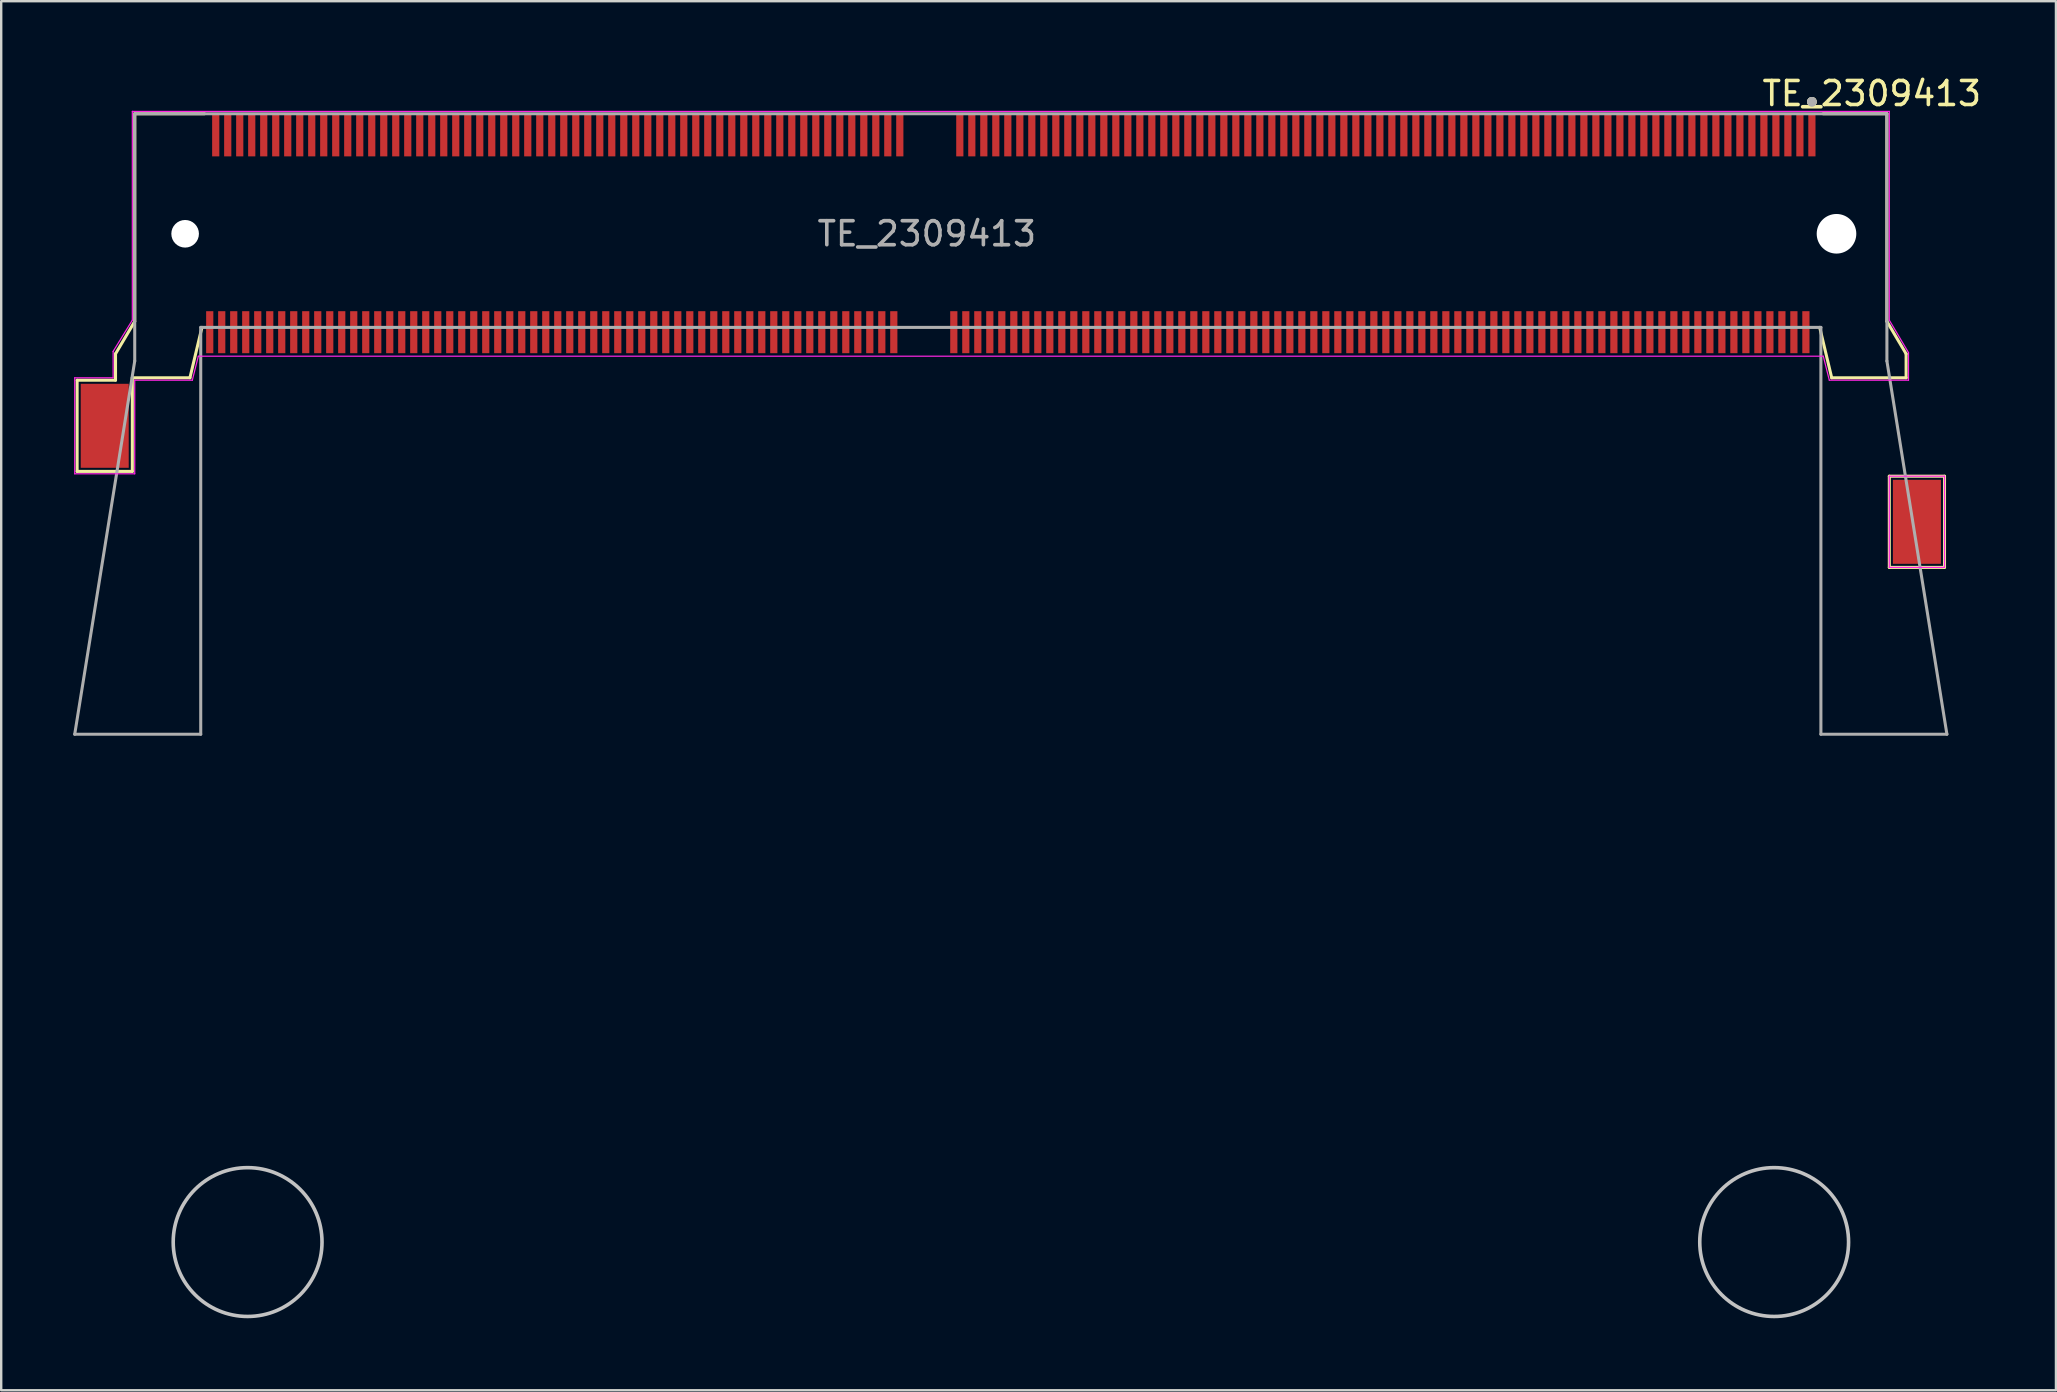
<source format=kicad_pcb>
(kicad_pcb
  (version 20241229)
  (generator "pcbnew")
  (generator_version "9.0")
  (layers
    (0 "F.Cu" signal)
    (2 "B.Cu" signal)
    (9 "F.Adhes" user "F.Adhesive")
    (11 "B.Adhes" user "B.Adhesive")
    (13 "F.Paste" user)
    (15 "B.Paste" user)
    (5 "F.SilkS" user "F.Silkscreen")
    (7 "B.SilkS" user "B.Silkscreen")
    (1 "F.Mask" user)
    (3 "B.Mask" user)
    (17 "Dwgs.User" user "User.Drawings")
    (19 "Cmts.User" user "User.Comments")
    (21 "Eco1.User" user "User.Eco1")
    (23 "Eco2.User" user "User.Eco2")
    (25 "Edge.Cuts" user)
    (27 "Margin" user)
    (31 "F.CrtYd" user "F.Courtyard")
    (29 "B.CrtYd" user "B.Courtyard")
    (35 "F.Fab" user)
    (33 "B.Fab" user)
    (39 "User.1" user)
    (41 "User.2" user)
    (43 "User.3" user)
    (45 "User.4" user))
  (footprint "TE_2309413"
    (layer "F.Cu")
    (at 35.563 6.69)
    (property "Reference" "TE_2309413" (at 39.37 -5.842 0) (layer "F.SilkS") (effects (font (size 1 1) (thickness 0.15))))
    (attr smd)
    (fp_line (start -35.4 6.1) (end -35.4 9.9) (stroke (width 0.127) (type solid)) (layer "F.SilkS"))
    (fp_line (start -35.4 6.1) (end -33.8 6.1) (stroke (width 0.127) (type solid)) (layer "F.SilkS"))
    (fp_line (start -33.8 6.1) (end -33.8 5) (stroke (width 0.127) (type solid)) (layer "F.SilkS"))
    (fp_line (start -33.1 6) (end -30.7 6) (stroke (width 0.127) (type solid)) (layer "F.SilkS"))
    (fp_line (start -33.1 9.9) (end -35.4 9.9) (stroke (width 0.127) (type solid)) (layer "F.SilkS"))
    (fp_line (start -33.1 9.9) (end -33.1 6) (stroke (width 0.127) (type solid)) (layer "F.SilkS"))
    (fp_line (start -33 -5) (end -33 3.65) (stroke (width 0.127) (type solid)) (layer "F.SilkS"))
    (fp_line (start -33 3.65) (end -33.8 5) (stroke (width 0.127) (type solid)) (layer "F.SilkS"))
    (fp_line (start -30.2 3.9) (end -30.7 6) (stroke (width 0.127) (type solid)) (layer "F.SilkS"))
    (fp_line (start -30.095 -5) (end -33 -5) (stroke (width 0.127) (type solid)) (layer "F.SilkS"))
    (fp_line (start 37.2 3.9) (end 37.7 6) (stroke (width 0.127) (type solid)) (layer "F.SilkS"))
    (fp_line (start 40 -5) (end 37.345 -5) (stroke (width 0.127) (type solid)) (layer "F.SilkS"))
    (fp_line (start 40 3.65) (end 40 -5) (stroke (width 0.127) (type solid)) (layer "F.SilkS"))
    (fp_line (start 40 3.65) (end 40.8 5) (stroke (width 0.127) (type solid)) (layer "F.SilkS"))
    (fp_line (start 40.1 10.1) (end 40.1 13.9) (stroke (width 0.127) (type solid)) (layer "F.SilkS"))
    (fp_line (start 40.8 6) (end 37.7 6) (stroke (width 0.127) (type solid)) (layer "F.SilkS"))
    (fp_line (start 40.8 6) (end 40.8 5) (stroke (width 0.127) (type solid)) (layer "F.SilkS"))
    (fp_line (start 42.4 10.1) (end 40.1 10.1) (stroke (width 0.127) (type solid)) (layer "F.SilkS"))
    (fp_line (start 42.4 13.9) (end 40.1 13.9) (stroke (width 0.127) (type solid)) (layer "F.SilkS"))
    (fp_line (start 42.4 13.9) (end 42.4 10.1) (stroke (width 0.127) (type solid)) (layer "F.SilkS"))
    (fp_circle (center 36.875 -5.5) (end 36.975 -5.5) (stroke (width 0.2) (type solid)) (fill no) (layer "F.SilkS"))
    (fp_circle (center 36.875 -5.5) (end 36.975 -5.5) (stroke (width 0.2) (type solid)) (fill no) (layer "F.SilkS"))
    (fp_circle (center -28.297 42.007) (end -25.197 42.007) (stroke (width 0.15) (type solid)) (fill no) (layer "Dwgs.User"))
    (fp_circle (center 35.303 42.007) (end 38.403 42.007) (stroke (width 0.15) (type solid)) (fill no) (layer "Dwgs.User"))
    (fp_line (start -35.5 6) (end -33.9 6) (stroke (width 0.05) (type solid)) (layer "F.CrtYd"))
    (fp_line (start -35.5 10) (end -35.5 6) (stroke (width 0.05) (type solid)) (layer "F.CrtYd"))
    (fp_line (start -33.9 6) (end -33.9 4.9) (stroke (width 0.05) (type solid)) (layer "F.CrtYd"))
    (fp_line (start -33.1 -5.1) (end 40.1 -5.1) (stroke (width 0.05) (type solid)) (layer "F.CrtYd"))
    (fp_line (start -33.1 3.6) (end -33.9 4.9) (stroke (width 0.05) (type solid)) (layer "F.CrtYd"))
    (fp_line (start -33.1 3.6) (end -33.1 -5.1) (stroke (width 0.05) (type solid)) (layer "F.CrtYd"))
    (fp_line (start -33 6.1) (end -33 10) (stroke (width 0.05) (type solid)) (layer "F.CrtYd"))
    (fp_line (start -33 6.1) (end -30.6 6.1) (stroke (width 0.05) (type solid)) (layer "F.CrtYd"))
    (fp_line (start -33 10) (end -35.5 10) (stroke (width 0.05) (type solid)) (layer "F.CrtYd"))
    (fp_line (start -30.6 6.1) (end -30.35 5.1) (stroke (width 0.05) (type solid)) (layer "F.CrtYd"))
    (fp_line (start 37.35 5.1) (end -30.35 5.1) (stroke (width 0.05) (type solid)) (layer "F.CrtYd"))
    (fp_line (start 37.6 6.1) (end 37.35 5.1) (stroke (width 0.05) (type solid)) (layer "F.CrtYd"))
    (fp_line (start 37.6 6.1) (end 40.9 6.1) (stroke (width 0.05) (type solid)) (layer "F.CrtYd"))
    (fp_line (start 40.1 -5.1) (end 40.1 3.6) (stroke (width 0.05) (type solid)) (layer "F.CrtYd"))
    (fp_line (start 40.1 10.1) (end 40.1 13.9) (stroke (width 0.05) (type solid)) (layer "F.CrtYd"))
    (fp_line (start 40.9 4.95) (end 40.1 3.6) (stroke (width 0.05) (type solid)) (layer "F.CrtYd"))
    (fp_line (start 40.9 4.95) (end 40.9 6.1) (stroke (width 0.05) (type solid)) (layer "F.CrtYd"))
    (fp_line (start 42.4 10.1) (end 40.1 10.1) (stroke (width 0.05) (type solid)) (layer "F.CrtYd"))
    (fp_line (start 42.4 10.1) (end 42.4 13.9) (stroke (width 0.05) (type solid)) (layer "F.CrtYd"))
    (fp_line (start 42.4 13.9) (end 40.1 13.9) (stroke (width 0.05) (type solid)) (layer "F.CrtYd"))
    (fp_line (start -35.5 20.85) (end -30.25 20.85) (stroke (width 0.127) (type solid)) (layer "F.Fab"))
    (fp_line (start -33 -5) (end -33 5.3) (stroke (width 0.127) (type solid)) (layer "F.Fab"))
    (fp_line (start -33 5.3) (end -35.5 20.85) (stroke (width 0.127) (type solid)) (layer "F.Fab"))
    (fp_line (start -30.25 3.9) (end 37.25 3.9) (stroke (width 0.127) (type solid)) (layer "F.Fab"))
    (fp_line (start -30.25 20.85) (end -30.25 3.9) (stroke (width 0.127) (type solid)) (layer "F.Fab"))
    (fp_line (start 37.25 3.9) (end 37.25 20.85) (stroke (width 0.127) (type solid)) (layer "F.Fab"))
    (fp_line (start 37.25 20.85) (end 42.5 20.85) (stroke (width 0.127) (type solid)) (layer "F.Fab"))
    (fp_line (start 40 -5) (end -33 -5) (stroke (width 0.127) (type solid)) (layer "F.Fab"))
    (fp_line (start 40 5.3) (end 40 -5) (stroke (width 0.127) (type solid)) (layer "F.Fab"))
    (fp_line (start 42.5 20.85) (end 40 5.3) (stroke (width 0.127) (type solid)) (layer "F.Fab"))
    (fp_circle (center 36.875 -5.5) (end 36.975 -5.5) (stroke (width 0.2) (type solid)) (fill no) (layer "F.Fab"))
    (fp_circle (center 36.875 -5.5) (end 36.975 -5.5) (stroke (width 0.2) (type solid)) (fill no) (layer "F.Fab"))
    (fp_text user "${REFERENCE}" (at 0 0 0) (layer "F.Fab") (effects (font (size 1 1) (thickness 0.15))))
    (pad "" np_thru_hole circle (at -30.9 0) (size 1.15 1.15) (drill 1.15) (layers "*.Cu" "*.Mask"))
    (pad "" np_thru_hole circle (at 37.9 0) (size 1.65 1.65) (drill 1.65) (layers "*.Cu" "*.Mask"))
    (pad "1" smd rect (at 36.875 -4.1 90) (size 1.75 0.3) (layers "F.Cu" "F.Mask" "F.Paste"))
    (pad "2" smd rect (at 36.625 4.1 90) (size 1.75 0.3) (layers "F.Cu" "F.Mask" "F.Paste"))
    (pad "3" smd rect (at 36.375 -4.1 90) (size 1.75 0.3) (layers "F.Cu" "F.Mask" "F.Paste"))
    (pad "4" smd rect (at 36.125 4.1 90) (size 1.75 0.3) (layers "F.Cu" "F.Mask" "F.Paste"))
    (pad "5" smd rect (at 35.875 -4.1 90) (size 1.75 0.3) (layers "F.Cu" "F.Mask" "F.Paste"))
    (pad "6" smd rect (at 35.625 4.1 90) (size 1.75 0.3) (layers "F.Cu" "F.Mask" "F.Paste"))
    (pad "7" smd rect (at 35.375 -4.1 90) (size 1.75 0.3) (layers "F.Cu" "F.Mask" "F.Paste"))
    (pad "8" smd rect (at 35.125 4.1 90) (size 1.75 0.3) (layers "F.Cu" "F.Mask" "F.Paste"))
    (pad "9" smd rect (at 34.875 -4.1 90) (size 1.75 0.3) (layers "F.Cu" "F.Mask" "F.Paste"))
    (pad "10" smd rect (at 34.625 4.1 90) (size 1.75 0.3) (layers "F.Cu" "F.Mask" "F.Paste"))
    (pad "11" smd rect (at 34.375 -4.1 90) (size 1.75 0.3) (layers "F.Cu" "F.Mask" "F.Paste"))
    (pad "12" smd rect (at 34.125 4.1 90) (size 1.75 0.3) (layers "F.Cu" "F.Mask" "F.Paste"))
    (pad "13" smd rect (at 33.875 -4.1 90) (size 1.75 0.3) (layers "F.Cu" "F.Mask" "F.Paste"))
    (pad "14" smd rect (at 33.625 4.1 90) (size 1.75 0.3) (layers "F.Cu" "F.Mask" "F.Paste"))
    (pad "15" smd rect (at 33.375 -4.1 90) (size 1.75 0.3) (layers "F.Cu" "F.Mask" "F.Paste"))
    (pad "16" smd rect (at 33.125 4.1 90) (size 1.75 0.3) (layers "F.Cu" "F.Mask" "F.Paste"))
    (pad "17" smd rect (at 32.875 -4.1 90) (size 1.75 0.3) (layers "F.Cu" "F.Mask" "F.Paste"))
    (pad "18" smd rect (at 32.625 4.1 90) (size 1.75 0.3) (layers "F.Cu" "F.Mask" "F.Paste"))
    (pad "19" smd rect (at 32.375 -4.1 90) (size 1.75 0.3) (layers "F.Cu" "F.Mask" "F.Paste"))
    (pad "20" smd rect (at 32.125 4.1 90) (size 1.75 0.3) (layers "F.Cu" "F.Mask" "F.Paste"))
    (pad "21" smd rect (at 31.875 -4.1 90) (size 1.75 0.3) (layers "F.Cu" "F.Mask" "F.Paste"))
    (pad "22" smd rect (at 31.625 4.1 90) (size 1.75 0.3) (layers "F.Cu" "F.Mask" "F.Paste"))
    (pad "23" smd rect (at 31.375 -4.1 90) (size 1.75 0.3) (layers "F.Cu" "F.Mask" "F.Paste"))
    (pad "24" smd rect (at 31.125 4.1 90) (size 1.75 0.3) (layers "F.Cu" "F.Mask" "F.Paste"))
    (pad "25" smd rect (at 30.875 -4.1 90) (size 1.75 0.3) (layers "F.Cu" "F.Mask" "F.Paste"))
    (pad "26" smd rect (at 30.625 4.1 90) (size 1.75 0.3) (layers "F.Cu" "F.Mask" "F.Paste"))
    (pad "27" smd rect (at 30.375 -4.1 90) (size 1.75 0.3) (layers "F.Cu" "F.Mask" "F.Paste"))
    (pad "28" smd rect (at 30.125 4.1 90) (size 1.75 0.3) (layers "F.Cu" "F.Mask" "F.Paste"))
    (pad "29" smd rect (at 29.875 -4.1 90) (size 1.75 0.3) (layers "F.Cu" "F.Mask" "F.Paste"))
    (pad "30" smd rect (at 29.625 4.1 90) (size 1.75 0.3) (layers "F.Cu" "F.Mask" "F.Paste"))
    (pad "31" smd rect (at 29.375 -4.1 90) (size 1.75 0.3) (layers "F.Cu" "F.Mask" "F.Paste"))
    (pad "32" smd rect (at 29.125 4.1 90) (size 1.75 0.3) (layers "F.Cu" "F.Mask" "F.Paste"))
    (pad "33" smd rect (at 28.875 -4.1 90) (size 1.75 0.3) (layers "F.Cu" "F.Mask" "F.Paste"))
    (pad "34" smd rect (at 28.625 4.1 90) (size 1.75 0.3) (layers "F.Cu" "F.Mask" "F.Paste"))
    (pad "35" smd rect (at 28.375 -4.1 90) (size 1.75 0.3) (layers "F.Cu" "F.Mask" "F.Paste"))
    (pad "36" smd rect (at 28.125 4.1 90) (size 1.75 0.3) (layers "F.Cu" "F.Mask" "F.Paste"))
    (pad "37" smd rect (at 27.875 -4.1 90) (size 1.75 0.3) (layers "F.Cu" "F.Mask" "F.Paste"))
    (pad "38" smd rect (at 27.625 4.1 90) (size 1.75 0.3) (layers "F.Cu" "F.Mask" "F.Paste"))
    (pad "39" smd rect (at 27.375 -4.1 90) (size 1.75 0.3) (layers "F.Cu" "F.Mask" "F.Paste"))
    (pad "40" smd rect (at 27.125 4.1 90) (size 1.75 0.3) (layers "F.Cu" "F.Mask" "F.Paste"))
    (pad "41" smd rect (at 26.875 -4.1 90) (size 1.75 0.3) (layers "F.Cu" "F.Mask" "F.Paste"))
    (pad "42" smd rect (at 26.625 4.1 90) (size 1.75 0.3) (layers "F.Cu" "F.Mask" "F.Paste"))
    (pad "43" smd rect (at 26.375 -4.1 90) (size 1.75 0.3) (layers "F.Cu" "F.Mask" "F.Paste"))
    (pad "44" smd rect (at 26.125 4.1 90) (size 1.75 0.3) (layers "F.Cu" "F.Mask" "F.Paste"))
    (pad "45" smd rect (at 25.875 -4.1 90) (size 1.75 0.3) (layers "F.Cu" "F.Mask" "F.Paste"))
    (pad "46" smd rect (at 25.625 4.1 90) (size 1.75 0.3) (layers "F.Cu" "F.Mask" "F.Paste"))
    (pad "47" smd rect (at 25.375 -4.1 90) (size 1.75 0.3) (layers "F.Cu" "F.Mask" "F.Paste"))
    (pad "48" smd rect (at 25.125 4.1 90) (size 1.75 0.3) (layers "F.Cu" "F.Mask" "F.Paste"))
    (pad "49" smd rect (at 24.875 -4.1 90) (size 1.75 0.3) (layers "F.Cu" "F.Mask" "F.Paste"))
    (pad "50" smd rect (at 24.625 4.1 90) (size 1.75 0.3) (layers "F.Cu" "F.Mask" "F.Paste"))
    (pad "51" smd rect (at 24.375 -4.1 90) (size 1.75 0.3) (layers "F.Cu" "F.Mask" "F.Paste"))
    (pad "52" smd rect (at 24.125 4.1 90) (size 1.75 0.3) (layers "F.Cu" "F.Mask" "F.Paste"))
    (pad "53" smd rect (at 23.875 -4.1 90) (size 1.75 0.3) (layers "F.Cu" "F.Mask" "F.Paste"))
    (pad "54" smd rect (at 23.625 4.1 90) (size 1.75 0.3) (layers "F.Cu" "F.Mask" "F.Paste"))
    (pad "55" smd rect (at 23.375 -4.1 90) (size 1.75 0.3) (layers "F.Cu" "F.Mask" "F.Paste"))
    (pad "56" smd rect (at 23.125 4.1 90) (size 1.75 0.3) (layers "F.Cu" "F.Mask" "F.Paste"))
    (pad "57" smd rect (at 22.875 -4.1 90) (size 1.75 0.3) (layers "F.Cu" "F.Mask" "F.Paste"))
    (pad "58" smd rect (at 22.625 4.1 90) (size 1.75 0.3) (layers "F.Cu" "F.Mask" "F.Paste"))
    (pad "59" smd rect (at 22.375 -4.1 90) (size 1.75 0.3) (layers "F.Cu" "F.Mask" "F.Paste"))
    (pad "60" smd rect (at 22.125 4.1 90) (size 1.75 0.3) (layers "F.Cu" "F.Mask" "F.Paste"))
    (pad "61" smd rect (at 21.875 -4.1 90) (size 1.75 0.3) (layers "F.Cu" "F.Mask" "F.Paste"))
    (pad "62" smd rect (at 21.625 4.1 90) (size 1.75 0.3) (layers "F.Cu" "F.Mask" "F.Paste"))
    (pad "63" smd rect (at 21.375 -4.1 90) (size 1.75 0.3) (layers "F.Cu" "F.Mask" "F.Paste"))
    (pad "64" smd rect (at 21.125 4.1 90) (size 1.75 0.3) (layers "F.Cu" "F.Mask" "F.Paste"))
    (pad "65" smd rect (at 20.875 -4.1 90) (size 1.75 0.3) (layers "F.Cu" "F.Mask" "F.Paste"))
    (pad "66" smd rect (at 20.625 4.1 90) (size 1.75 0.3) (layers "F.Cu" "F.Mask" "F.Paste"))
    (pad "67" smd rect (at 20.375 -4.1 90) (size 1.75 0.3) (layers "F.Cu" "F.Mask" "F.Paste"))
    (pad "68" smd rect (at 20.125 4.1 90) (size 1.75 0.3) (layers "F.Cu" "F.Mask" "F.Paste"))
    (pad "69" smd rect (at 19.875 -4.1 90) (size 1.75 0.3) (layers "F.Cu" "F.Mask" "F.Paste"))
    (pad "70" smd rect (at 19.625 4.1 90) (size 1.75 0.3) (layers "F.Cu" "F.Mask" "F.Paste"))
    (pad "71" smd rect (at 19.375 -4.1 90) (size 1.75 0.3) (layers "F.Cu" "F.Mask" "F.Paste"))
    (pad "72" smd rect (at 19.125 4.1 90) (size 1.75 0.3) (layers "F.Cu" "F.Mask" "F.Paste"))
    (pad "73" smd rect (at 18.875 -4.1 90) (size 1.75 0.3) (layers "F.Cu" "F.Mask" "F.Paste"))
    (pad "74" smd rect (at 18.625 4.1 90) (size 1.75 0.3) (layers "F.Cu" "F.Mask" "F.Paste"))
    (pad "75" smd rect (at 18.375 -4.1 90) (size 1.75 0.3) (layers "F.Cu" "F.Mask" "F.Paste"))
    (pad "76" smd rect (at 18.125 4.1 90) (size 1.75 0.3) (layers "F.Cu" "F.Mask" "F.Paste"))
    (pad "77" smd rect (at 17.875 -4.1 90) (size 1.75 0.3) (layers "F.Cu" "F.Mask" "F.Paste"))
    (pad "78" smd rect (at 17.625 4.1 90) (size 1.75 0.3) (layers "F.Cu" "F.Mask" "F.Paste"))
    (pad "79" smd rect (at 17.375 -4.1 90) (size 1.75 0.3) (layers "F.Cu" "F.Mask" "F.Paste"))
    (pad "80" smd rect (at 17.125 4.1 90) (size 1.75 0.3) (layers "F.Cu" "F.Mask" "F.Paste"))
    (pad "81" smd rect (at 16.875 -4.1 90) (size 1.75 0.3) (layers "F.Cu" "F.Mask" "F.Paste"))
    (pad "82" smd rect (at 16.625 4.1 90) (size 1.75 0.3) (layers "F.Cu" "F.Mask" "F.Paste"))
    (pad "83" smd rect (at 16.375 -4.1 90) (size 1.75 0.3) (layers "F.Cu" "F.Mask" "F.Paste"))
    (pad "84" smd rect (at 16.125 4.1 90) (size 1.75 0.3) (layers "F.Cu" "F.Mask" "F.Paste"))
    (pad "85" smd rect (at 15.875 -4.1 90) (size 1.75 0.3) (layers "F.Cu" "F.Mask" "F.Paste"))
    (pad "86" smd rect (at 15.625 4.1 90) (size 1.75 0.3) (layers "F.Cu" "F.Mask" "F.Paste"))
    (pad "87" smd rect (at 15.375 -4.1 90) (size 1.75 0.3) (layers "F.Cu" "F.Mask" "F.Paste"))
    (pad "88" smd rect (at 15.125 4.1 90) (size 1.75 0.3) (layers "F.Cu" "F.Mask" "F.Paste"))
    (pad "89" smd rect (at 14.875 -4.1 90) (size 1.75 0.3) (layers "F.Cu" "F.Mask" "F.Paste"))
    (pad "90" smd rect (at 14.625 4.1 90) (size 1.75 0.3) (layers "F.Cu" "F.Mask" "F.Paste"))
    (pad "91" smd rect (at 14.375 -4.1 90) (size 1.75 0.3) (layers "F.Cu" "F.Mask" "F.Paste"))
    (pad "92" smd rect (at 14.125 4.1 90) (size 1.75 0.3) (layers "F.Cu" "F.Mask" "F.Paste"))
    (pad "93" smd rect (at 13.875 -4.1 90) (size 1.75 0.3) (layers "F.Cu" "F.Mask" "F.Paste"))
    (pad "94" smd rect (at 13.625 4.1 90) (size 1.75 0.3) (layers "F.Cu" "F.Mask" "F.Paste"))
    (pad "95" smd rect (at 13.375 -4.1 90) (size 1.75 0.3) (layers "F.Cu" "F.Mask" "F.Paste"))
    (pad "96" smd rect (at 13.125 4.1 90) (size 1.75 0.3) (layers "F.Cu" "F.Mask" "F.Paste"))
    (pad "97" smd rect (at 12.875 -4.1 90) (size 1.75 0.3) (layers "F.Cu" "F.Mask" "F.Paste"))
    (pad "98" smd rect (at 12.625 4.1 90) (size 1.75 0.3) (layers "F.Cu" "F.Mask" "F.Paste"))
    (pad "99" smd rect (at 12.375 -4.1 90) (size 1.75 0.3) (layers "F.Cu" "F.Mask" "F.Paste"))
    (pad "100" smd rect (at 12.125 4.1 90) (size 1.75 0.3) (layers "F.Cu" "F.Mask" "F.Paste"))
    (pad "101" smd rect (at 11.875 -4.1 90) (size 1.75 0.3) (layers "F.Cu" "F.Mask" "F.Paste"))
    (pad "102" smd rect (at 11.625 4.1 90) (size 1.75 0.3) (layers "F.Cu" "F.Mask" "F.Paste"))
    (pad "103" smd rect (at 11.375 -4.1 90) (size 1.75 0.3) (layers "F.Cu" "F.Mask" "F.Paste"))
    (pad "104" smd rect (at 11.125 4.1 90) (size 1.75 0.3) (layers "F.Cu" "F.Mask" "F.Paste"))
    (pad "105" smd rect (at 10.875 -4.1 90) (size 1.75 0.3) (layers "F.Cu" "F.Mask" "F.Paste"))
    (pad "106" smd rect (at 10.625 4.1 90) (size 1.75 0.3) (layers "F.Cu" "F.Mask" "F.Paste"))
    (pad "107" smd rect (at 10.375 -4.1 90) (size 1.75 0.3) (layers "F.Cu" "F.Mask" "F.Paste"))
    (pad "108" smd rect (at 10.125 4.1 90) (size 1.75 0.3) (layers "F.Cu" "F.Mask" "F.Paste"))
    (pad "109" smd rect (at 9.875 -4.1 90) (size 1.75 0.3) (layers "F.Cu" "F.Mask" "F.Paste"))
    (pad "110" smd rect (at 9.625 4.1 90) (size 1.75 0.3) (layers "F.Cu" "F.Mask" "F.Paste"))
    (pad "111" smd rect (at 9.375 -4.1 90) (size 1.75 0.3) (layers "F.Cu" "F.Mask" "F.Paste"))
    (pad "112" smd rect (at 9.125 4.1 90) (size 1.75 0.3) (layers "F.Cu" "F.Mask" "F.Paste"))
    (pad "113" smd rect (at 8.875 -4.1 90) (size 1.75 0.3) (layers "F.Cu" "F.Mask" "F.Paste"))
    (pad "114" smd rect (at 8.625 4.1 90) (size 1.75 0.3) (layers "F.Cu" "F.Mask" "F.Paste"))
    (pad "115" smd rect (at 8.375 -4.1 90) (size 1.75 0.3) (layers "F.Cu" "F.Mask" "F.Paste"))
    (pad "116" smd rect (at 8.125 4.1 90) (size 1.75 0.3) (layers "F.Cu" "F.Mask" "F.Paste"))
    (pad "117" smd rect (at 7.875 -4.1 90) (size 1.75 0.3) (layers "F.Cu" "F.Mask" "F.Paste"))
    (pad "118" smd rect (at 7.625 4.1 90) (size 1.75 0.3) (layers "F.Cu" "F.Mask" "F.Paste"))
    (pad "119" smd rect (at 7.375 -4.1 90) (size 1.75 0.3) (layers "F.Cu" "F.Mask" "F.Paste"))
    (pad "120" smd rect (at 7.125 4.1 90) (size 1.75 0.3) (layers "F.Cu" "F.Mask" "F.Paste"))
    (pad "121" smd rect (at 6.875 -4.1 90) (size 1.75 0.3) (layers "F.Cu" "F.Mask" "F.Paste"))
    (pad "122" smd rect (at 6.625 4.1 90) (size 1.75 0.3) (layers "F.Cu" "F.Mask" "F.Paste"))
    (pad "123" smd rect (at 6.375 -4.1 90) (size 1.75 0.3) (layers "F.Cu" "F.Mask" "F.Paste"))
    (pad "124" smd rect (at 6.125 4.1 90) (size 1.75 0.3) (layers "F.Cu" "F.Mask" "F.Paste"))
    (pad "125" smd rect (at 5.875 -4.1 90) (size 1.75 0.3) (layers "F.Cu" "F.Mask" "F.Paste"))
    (pad "126" smd rect (at 5.625 4.1 90) (size 1.75 0.3) (layers "F.Cu" "F.Mask" "F.Paste"))
    (pad "127" smd rect (at 5.375 -4.1 90) (size 1.75 0.3) (layers "F.Cu" "F.Mask" "F.Paste"))
    (pad "128" smd rect (at 5.125 4.1 90) (size 1.75 0.3) (layers "F.Cu" "F.Mask" "F.Paste"))
    (pad "129" smd rect (at 4.875 -4.1 90) (size 1.75 0.3) (layers "F.Cu" "F.Mask" "F.Paste"))
    (pad "130" smd rect (at 4.625 4.1 90) (size 1.75 0.3) (layers "F.Cu" "F.Mask" "F.Paste"))
    (pad "131" smd rect (at 4.375 -4.1 90) (size 1.75 0.3) (layers "F.Cu" "F.Mask" "F.Paste"))
    (pad "132" smd rect (at 4.125 4.1 90) (size 1.75 0.3) (layers "F.Cu" "F.Mask" "F.Paste"))
    (pad "133" smd rect (at 3.875 -4.1 90) (size 1.75 0.3) (layers "F.Cu" "F.Mask" "F.Paste"))
    (pad "134" smd rect (at 3.625 4.1 90) (size 1.75 0.3) (layers "F.Cu" "F.Mask" "F.Paste"))
    (pad "135" smd rect (at 3.375 -4.1 90) (size 1.75 0.3) (layers "F.Cu" "F.Mask" "F.Paste"))
    (pad "136" smd rect (at 3.125 4.1 90) (size 1.75 0.3) (layers "F.Cu" "F.Mask" "F.Paste"))
    (pad "137" smd rect (at 2.875 -4.1 90) (size 1.75 0.3) (layers "F.Cu" "F.Mask" "F.Paste"))
    (pad "138" smd rect (at 2.625 4.1 90) (size 1.75 0.3) (layers "F.Cu" "F.Mask" "F.Paste"))
    (pad "139" smd rect (at 2.375 -4.1 90) (size 1.75 0.3) (layers "F.Cu" "F.Mask" "F.Paste"))
    (pad "140" smd rect (at 2.125 4.1 90) (size 1.75 0.3) (layers "F.Cu" "F.Mask" "F.Paste"))
    (pad "141" smd rect (at 1.875 -4.1 90) (size 1.75 0.3) (layers "F.Cu" "F.Mask" "F.Paste"))
    (pad "142" smd rect (at 1.625 4.1 90) (size 1.75 0.3) (layers "F.Cu" "F.Mask" "F.Paste"))
    (pad "143" smd rect (at 1.375 -4.1 90) (size 1.75 0.3) (layers "F.Cu" "F.Mask" "F.Paste"))
    (pad "144" smd rect (at 1.125 4.1 90) (size 1.75 0.3) (layers "F.Cu" "F.Mask" "F.Paste"))
    (pad "145" smd rect (at -1.125 -4.1 90) (size 1.75 0.3) (layers "F.Cu" "F.Mask" "F.Paste"))
    (pad "146" smd rect (at -1.375 4.1 90) (size 1.75 0.3) (layers "F.Cu" "F.Mask" "F.Paste"))
    (pad "147" smd rect (at -1.625 -4.1 90) (size 1.75 0.3) (layers "F.Cu" "F.Mask" "F.Paste"))
    (pad "148" smd rect (at -1.875 4.1 90) (size 1.75 0.3) (layers "F.Cu" "F.Mask" "F.Paste"))
    (pad "149" smd rect (at -2.125 -4.1 90) (size 1.75 0.3) (layers "F.Cu" "F.Mask" "F.Paste"))
    (pad "150" smd rect (at -2.375 4.1 90) (size 1.75 0.3) (layers "F.Cu" "F.Mask" "F.Paste"))
    (pad "151" smd rect (at -2.625 -4.1 90) (size 1.75 0.3) (layers "F.Cu" "F.Mask" "F.Paste"))
    (pad "152" smd rect (at -2.875 4.1 90) (size 1.75 0.3) (layers "F.Cu" "F.Mask" "F.Paste"))
    (pad "153" smd rect (at -3.125 -4.1 90) (size 1.75 0.3) (layers "F.Cu" "F.Mask" "F.Paste"))
    (pad "154" smd rect (at -3.375 4.1 90) (size 1.75 0.3) (layers "F.Cu" "F.Mask" "F.Paste"))
    (pad "155" smd rect (at -3.625 -4.1 90) (size 1.75 0.3) (layers "F.Cu" "F.Mask" "F.Paste"))
    (pad "156" smd rect (at -3.875 4.1 90) (size 1.75 0.3) (layers "F.Cu" "F.Mask" "F.Paste"))
    (pad "157" smd rect (at -4.125 -4.1 90) (size 1.75 0.3) (layers "F.Cu" "F.Mask" "F.Paste"))
    (pad "158" smd rect (at -4.375 4.1 90) (size 1.75 0.3) (layers "F.Cu" "F.Mask" "F.Paste"))
    (pad "159" smd rect (at -4.625 -4.1 90) (size 1.75 0.3) (layers "F.Cu" "F.Mask" "F.Paste"))
    (pad "160" smd rect (at -4.875 4.1 90) (size 1.75 0.3) (layers "F.Cu" "F.Mask" "F.Paste"))
    (pad "161" smd rect (at -5.125 -4.1 90) (size 1.75 0.3) (layers "F.Cu" "F.Mask" "F.Paste"))
    (pad "162" smd rect (at -5.375 4.1 90) (size 1.75 0.3) (layers "F.Cu" "F.Mask" "F.Paste"))
    (pad "163" smd rect (at -5.625 -4.1 90) (size 1.75 0.3) (layers "F.Cu" "F.Mask" "F.Paste"))
    (pad "164" smd rect (at -5.875 4.1 90) (size 1.75 0.3) (layers "F.Cu" "F.Mask" "F.Paste"))
    (pad "165" smd rect (at -6.125 -4.1 90) (size 1.75 0.3) (layers "F.Cu" "F.Mask" "F.Paste"))
    (pad "166" smd rect (at -6.375 4.1 90) (size 1.75 0.3) (layers "F.Cu" "F.Mask" "F.Paste"))
    (pad "167" smd rect (at -6.625 -4.1 90) (size 1.75 0.3) (layers "F.Cu" "F.Mask" "F.Paste"))
    (pad "168" smd rect (at -6.875 4.1 90) (size 1.75 0.3) (layers "F.Cu" "F.Mask" "F.Paste"))
    (pad "169" smd rect (at -7.125 -4.1 90) (size 1.75 0.3) (layers "F.Cu" "F.Mask" "F.Paste"))
    (pad "170" smd rect (at -7.375 4.1 90) (size 1.75 0.3) (layers "F.Cu" "F.Mask" "F.Paste"))
    (pad "171" smd rect (at -7.625 -4.1 90) (size 1.75 0.3) (layers "F.Cu" "F.Mask" "F.Paste"))
    (pad "172" smd rect (at -7.875 4.1 90) (size 1.75 0.3) (layers "F.Cu" "F.Mask" "F.Paste"))
    (pad "173" smd rect (at -8.125 -4.1 90) (size 1.75 0.3) (layers "F.Cu" "F.Mask" "F.Paste"))
    (pad "174" smd rect (at -8.375 4.1 90) (size 1.75 0.3) (layers "F.Cu" "F.Mask" "F.Paste"))
    (pad "175" smd rect (at -8.625 -4.1 90) (size 1.75 0.3) (layers "F.Cu" "F.Mask" "F.Paste"))
    (pad "176" smd rect (at -8.875 4.1 90) (size 1.75 0.3) (layers "F.Cu" "F.Mask" "F.Paste"))
    (pad "177" smd rect (at -9.125 -4.1 90) (size 1.75 0.3) (layers "F.Cu" "F.Mask" "F.Paste"))
    (pad "178" smd rect (at -9.375 4.1 90) (size 1.75 0.3) (layers "F.Cu" "F.Mask" "F.Paste"))
    (pad "179" smd rect (at -9.625 -4.1 90) (size 1.75 0.3) (layers "F.Cu" "F.Mask" "F.Paste"))
    (pad "180" smd rect (at -9.875 4.1 90) (size 1.75 0.3) (layers "F.Cu" "F.Mask" "F.Paste"))
    (pad "181" smd rect (at -10.125 -4.1 90) (size 1.75 0.3) (layers "F.Cu" "F.Mask" "F.Paste"))
    (pad "182" smd rect (at -10.375 4.1 90) (size 1.75 0.3) (layers "F.Cu" "F.Mask" "F.Paste"))
    (pad "183" smd rect (at -10.625 -4.1 90) (size 1.75 0.3) (layers "F.Cu" "F.Mask" "F.Paste"))
    (pad "184" smd rect (at -10.875 4.1 90) (size 1.75 0.3) (layers "F.Cu" "F.Mask" "F.Paste"))
    (pad "185" smd rect (at -11.125 -4.1 90) (size 1.75 0.3) (layers "F.Cu" "F.Mask" "F.Paste"))
    (pad "186" smd rect (at -11.375 4.1 90) (size 1.75 0.3) (layers "F.Cu" "F.Mask" "F.Paste"))
    (pad "187" smd rect (at -11.625 -4.1 90) (size 1.75 0.3) (layers "F.Cu" "F.Mask" "F.Paste"))
    (pad "188" smd rect (at -11.875 4.1 90) (size 1.75 0.3) (layers "F.Cu" "F.Mask" "F.Paste"))
    (pad "189" smd rect (at -12.125 -4.1 90) (size 1.75 0.3) (layers "F.Cu" "F.Mask" "F.Paste"))
    (pad "190" smd rect (at -12.375 4.1 90) (size 1.75 0.3) (layers "F.Cu" "F.Mask" "F.Paste"))
    (pad "191" smd rect (at -12.625 -4.1 90) (size 1.75 0.3) (layers "F.Cu" "F.Mask" "F.Paste"))
    (pad "192" smd rect (at -12.875 4.1 90) (size 1.75 0.3) (layers "F.Cu" "F.Mask" "F.Paste"))
    (pad "193" smd rect (at -13.125 -4.1 90) (size 1.75 0.3) (layers "F.Cu" "F.Mask" "F.Paste"))
    (pad "194" smd rect (at -13.375 4.1 90) (size 1.75 0.3) (layers "F.Cu" "F.Mask" "F.Paste"))
    (pad "195" smd rect (at -13.625 -4.1 90) (size 1.75 0.3) (layers "F.Cu" "F.Mask" "F.Paste"))
    (pad "196" smd rect (at -13.875 4.1 90) (size 1.75 0.3) (layers "F.Cu" "F.Mask" "F.Paste"))
    (pad "197" smd rect (at -14.125 -4.1 90) (size 1.75 0.3) (layers "F.Cu" "F.Mask" "F.Paste"))
    (pad "198" smd rect (at -14.375 4.1 90) (size 1.75 0.3) (layers "F.Cu" "F.Mask" "F.Paste"))
    (pad "199" smd rect (at -14.625 -4.1 90) (size 1.75 0.3) (layers "F.Cu" "F.Mask" "F.Paste"))
    (pad "200" smd rect (at -14.875 4.1 90) (size 1.75 0.3) (layers "F.Cu" "F.Mask" "F.Paste"))
    (pad "201" smd rect (at -15.125 -4.1 90) (size 1.75 0.3) (layers "F.Cu" "F.Mask" "F.Paste"))
    (pad "202" smd rect (at -15.375 4.1 90) (size 1.75 0.3) (layers "F.Cu" "F.Mask" "F.Paste"))
    (pad "203" smd rect (at -15.625 -4.1 90) (size 1.75 0.3) (layers "F.Cu" "F.Mask" "F.Paste"))
    (pad "204" smd rect (at -15.875 4.1 90) (size 1.75 0.3) (layers "F.Cu" "F.Mask" "F.Paste"))
    (pad "205" smd rect (at -16.125 -4.1 90) (size 1.75 0.3) (layers "F.Cu" "F.Mask" "F.Paste"))
    (pad "206" smd rect (at -16.375 4.1 90) (size 1.75 0.3) (layers "F.Cu" "F.Mask" "F.Paste"))
    (pad "207" smd rect (at -16.625 -4.1 90) (size 1.75 0.3) (layers "F.Cu" "F.Mask" "F.Paste"))
    (pad "208" smd rect (at -16.875 4.1 90) (size 1.75 0.3) (layers "F.Cu" "F.Mask" "F.Paste"))
    (pad "209" smd rect (at -17.125 -4.1 90) (size 1.75 0.3) (layers "F.Cu" "F.Mask" "F.Paste"))
    (pad "210" smd rect (at -17.375 4.1 90) (size 1.75 0.3) (layers "F.Cu" "F.Mask" "F.Paste"))
    (pad "211" smd rect (at -17.625 -4.1 90) (size 1.75 0.3) (layers "F.Cu" "F.Mask" "F.Paste"))
    (pad "212" smd rect (at -17.875 4.1 90) (size 1.75 0.3) (layers "F.Cu" "F.Mask" "F.Paste"))
    (pad "213" smd rect (at -18.125 -4.1 90) (size 1.75 0.3) (layers "F.Cu" "F.Mask" "F.Paste"))
    (pad "214" smd rect (at -18.375 4.1 90) (size 1.75 0.3) (layers "F.Cu" "F.Mask" "F.Paste"))
    (pad "215" smd rect (at -18.625 -4.1 90) (size 1.75 0.3) (layers "F.Cu" "F.Mask" "F.Paste"))
    (pad "216" smd rect (at -18.875 4.1 90) (size 1.75 0.3) (layers "F.Cu" "F.Mask" "F.Paste"))
    (pad "217" smd rect (at -19.125 -4.1 90) (size 1.75 0.3) (layers "F.Cu" "F.Mask" "F.Paste"))
    (pad "218" smd rect (at -19.375 4.1 90) (size 1.75 0.3) (layers "F.Cu" "F.Mask" "F.Paste"))
    (pad "219" smd rect (at -19.625 -4.1 90) (size 1.75 0.3) (layers "F.Cu" "F.Mask" "F.Paste"))
    (pad "220" smd rect (at -19.875 4.1 90) (size 1.75 0.3) (layers "F.Cu" "F.Mask" "F.Paste"))
    (pad "221" smd rect (at -20.125 -4.1 90) (size 1.75 0.3) (layers "F.Cu" "F.Mask" "F.Paste"))
    (pad "222" smd rect (at -20.375 4.1 90) (size 1.75 0.3) (layers "F.Cu" "F.Mask" "F.Paste"))
    (pad "223" smd rect (at -20.625 -4.1 90) (size 1.75 0.3) (layers "F.Cu" "F.Mask" "F.Paste"))
    (pad "224" smd rect (at -20.875 4.1 90) (size 1.75 0.3) (layers "F.Cu" "F.Mask" "F.Paste"))
    (pad "225" smd rect (at -21.125 -4.1 90) (size 1.75 0.3) (layers "F.Cu" "F.Mask" "F.Paste"))
    (pad "226" smd rect (at -21.375 4.1 90) (size 1.75 0.3) (layers "F.Cu" "F.Mask" "F.Paste"))
    (pad "227" smd rect (at -21.625 -4.1 90) (size 1.75 0.3) (layers "F.Cu" "F.Mask" "F.Paste"))
    (pad "228" smd rect (at -21.875 4.1 90) (size 1.75 0.3) (layers "F.Cu" "F.Mask" "F.Paste"))
    (pad "229" smd rect (at -22.125 -4.1 90) (size 1.75 0.3) (layers "F.Cu" "F.Mask" "F.Paste"))
    (pad "230" smd rect (at -22.375 4.1 90) (size 1.75 0.3) (layers "F.Cu" "F.Mask" "F.Paste"))
    (pad "231" smd rect (at -22.625 -4.1 90) (size 1.75 0.3) (layers "F.Cu" "F.Mask" "F.Paste"))
    (pad "232" smd rect (at -22.875 4.1 90) (size 1.75 0.3) (layers "F.Cu" "F.Mask" "F.Paste"))
    (pad "233" smd rect (at -23.125 -4.1 90) (size 1.75 0.3) (layers "F.Cu" "F.Mask" "F.Paste"))
    (pad "234" smd rect (at -23.375 4.1 90) (size 1.75 0.3) (layers "F.Cu" "F.Mask" "F.Paste"))
    (pad "235" smd rect (at -23.625 -4.1 90) (size 1.75 0.3) (layers "F.Cu" "F.Mask" "F.Paste"))
    (pad "236" smd rect (at -23.875 4.1 90) (size 1.75 0.3) (layers "F.Cu" "F.Mask" "F.Paste"))
    (pad "237" smd rect (at -24.125 -4.1 90) (size 1.75 0.3) (layers "F.Cu" "F.Mask" "F.Paste"))
    (pad "238" smd rect (at -24.375 4.1 90) (size 1.75 0.3) (layers "F.Cu" "F.Mask" "F.Paste"))
    (pad "239" smd rect (at -24.625 -4.1 90) (size 1.75 0.3) (layers "F.Cu" "F.Mask" "F.Paste"))
    (pad "240" smd rect (at -24.875 4.1 90) (size 1.75 0.3) (layers "F.Cu" "F.Mask" "F.Paste"))
    (pad "241" smd rect (at -25.125 -4.1 90) (size 1.75 0.3) (layers "F.Cu" "F.Mask" "F.Paste"))
    (pad "242" smd rect (at -25.375 4.1 90) (size 1.75 0.3) (layers "F.Cu" "F.Mask" "F.Paste"))
    (pad "243" smd rect (at -25.625 -4.1 90) (size 1.75 0.3) (layers "F.Cu" "F.Mask" "F.Paste"))
    (pad "244" smd rect (at -25.875 4.1 90) (size 1.75 0.3) (layers "F.Cu" "F.Mask" "F.Paste"))
    (pad "245" smd rect (at -26.125 -4.1 90) (size 1.75 0.3) (layers "F.Cu" "F.Mask" "F.Paste"))
    (pad "246" smd rect (at -26.375 4.1 90) (size 1.75 0.3) (layers "F.Cu" "F.Mask" "F.Paste"))
    (pad "247" smd rect (at -26.625 -4.1 90) (size 1.75 0.3) (layers "F.Cu" "F.Mask" "F.Paste"))
    (pad "248" smd rect (at -26.875 4.1 90) (size 1.75 0.3) (layers "F.Cu" "F.Mask" "F.Paste"))
    (pad "249" smd rect (at -27.125 -4.1 90) (size 1.75 0.3) (layers "F.Cu" "F.Mask" "F.Paste"))
    (pad "250" smd rect (at -27.375 4.1 90) (size 1.75 0.3) (layers "F.Cu" "F.Mask" "F.Paste"))
    (pad "251" smd rect (at -27.625 -4.1 90) (size 1.75 0.3) (layers "F.Cu" "F.Mask" "F.Paste"))
    (pad "252" smd rect (at -27.875 4.1 90) (size 1.75 0.3) (layers "F.Cu" "F.Mask" "F.Paste"))
    (pad "253" smd rect (at -28.125 -4.1 90) (size 1.75 0.3) (layers "F.Cu" "F.Mask" "F.Paste"))
    (pad "254" smd rect (at -28.375 4.1 90) (size 1.75 0.3) (layers "F.Cu" "F.Mask" "F.Paste"))
    (pad "255" smd rect (at -28.625 -4.1 90) (size 1.75 0.3) (layers "F.Cu" "F.Mask" "F.Paste"))
    (pad "256" smd rect (at -28.875 4.1 90) (size 1.75 0.3) (layers "F.Cu" "F.Mask" "F.Paste"))
    (pad "257" smd rect (at -29.125 -4.1 90) (size 1.75 0.3) (layers "F.Cu" "F.Mask" "F.Paste"))
    (pad "258" smd rect (at -29.375 4.1 90) (size 1.75 0.3) (layers "F.Cu" "F.Mask" "F.Paste"))
    (pad "259" smd rect (at -29.625 -4.1 90) (size 1.75 0.3) (layers "F.Cu" "F.Mask" "F.Paste"))
    (pad "260" smd rect (at -29.875 4.1 90) (size 1.75 0.3) (layers "F.Cu" "F.Mask" "F.Paste"))
    (pad "261" smd rect (at -34.25 8 180) (size 2 3.5) (layers "F.Cu" "F.Mask" "F.Paste"))
    (pad "262" smd rect (at 41.25 12 180) (size 2 3.5) (layers "F.Cu" "F.Mask" "F.Paste")))
  (gr_rect
    (start -3 -3)
    (end 82.606 54.873)
    (stroke (width 0.1) (type default))
    (fill no)
    (layer "Edge.Cuts")))
</source>
